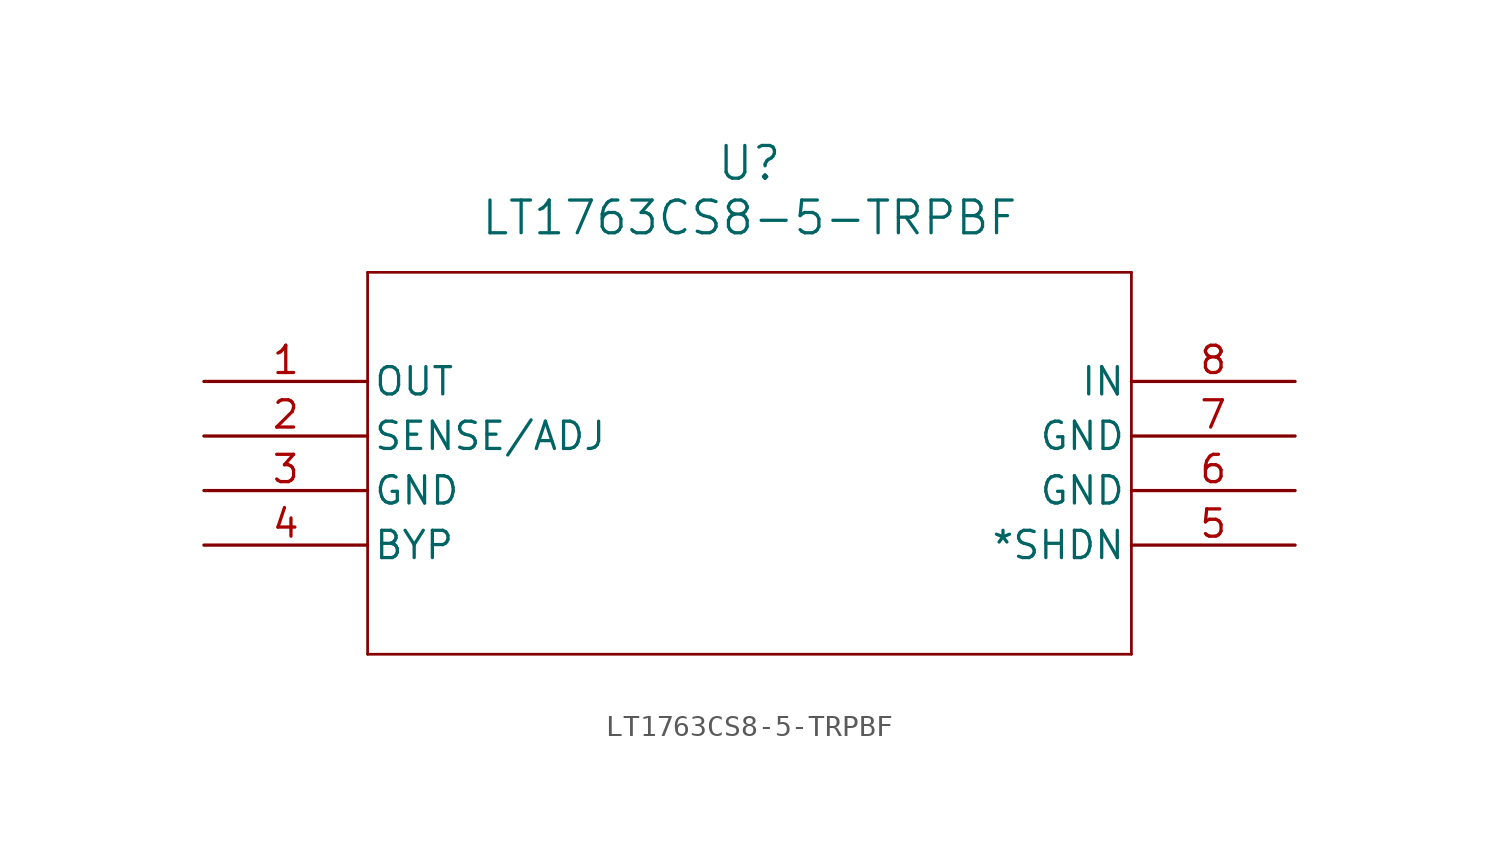
<source format=kicad_sym>
(kicad_symbol_lib
  (version 20211014)
  (generator kicad_symbol_editor)
  (symbol "LT1763CS8-5-TRPBF"
    (pin_names
      (offset 0.254))
    (property "Reference" "U"
      (at 25.4 10.16 0)
      (effects (font (size 1.524 1.524))))
    (property "Value" "LT1763CS8-5-TRPBF"
      (at 25.4 7.62 0)
      (effects (font (size 1.524 1.524))))
    (symbol "LT1763CS8-5-TRPBF_0_1"
      (polyline (pts (xy 7.62 5.08) (xy 7.62 -12.7)) (stroke (width 0.127) (type default) (color 0 0 0 0)) (fill (type none)))
      (polyline (pts (xy 7.62 -12.7) (xy 43.18 -12.7)) (stroke (width 0.127) (type default) (color 0 0 0 0)) (fill (type none)))
      (polyline (pts (xy 43.18 -12.7) (xy 43.18 5.08)) (stroke (width 0.127) (type default) (color 0 0 0 0)) (fill (type none)))
      (polyline (pts (xy 43.18 5.08) (xy 7.62 5.08)) (stroke (width 0.127) (type default) (color 0 0 0 0)) (fill (type none)))
      (pin output line (at 0 0 0) (length 7.62) (name "OUT" (effects (font (size 1.27 1.27)))) (number "1" (effects (font (size 1.27 1.27)))))
      (pin bidirectional line (at 0 -2.54 0) (length 7.62) (name "SENSE/ADJ" (effects (font (size 1.27 1.27)))) (number "2" (effects (font (size 1.27 1.27)))))
      (pin power_in line (at 0 -5.08 0) (length 7.62) (name "GND" (effects (font (size 1.27 1.27)))) (number "3" (effects (font (size 1.27 1.27)))))
      (pin unspecified line (at 0 -7.62 0) (length 7.62) (name "BYP" (effects (font (size 1.27 1.27)))) (number "4" (effects (font (size 1.27 1.27)))))
      (pin unspecified line (at 50.8 -7.62 180) (length 7.62) (name "*SHDN" (effects (font (size 1.27 1.27)))) (number "5" (effects (font (size 1.27 1.27)))))
      (pin power_in line (at 50.8 -5.08 180) (length 7.62) (name "GND" (effects (font (size 1.27 1.27)))) (number "6" (effects (font (size 1.27 1.27)))))
      (pin power_in line (at 50.8 -2.54 180) (length 7.62) (name "GND" (effects (font (size 1.27 1.27)))) (number "7" (effects (font (size 1.27 1.27)))))
      (pin input line (at 50.8 0 180) (length 7.62) (name "IN" (effects (font (size 1.27 1.27)))) (number "8" (effects (font (size 1.27 1.27))))))))
</source>
